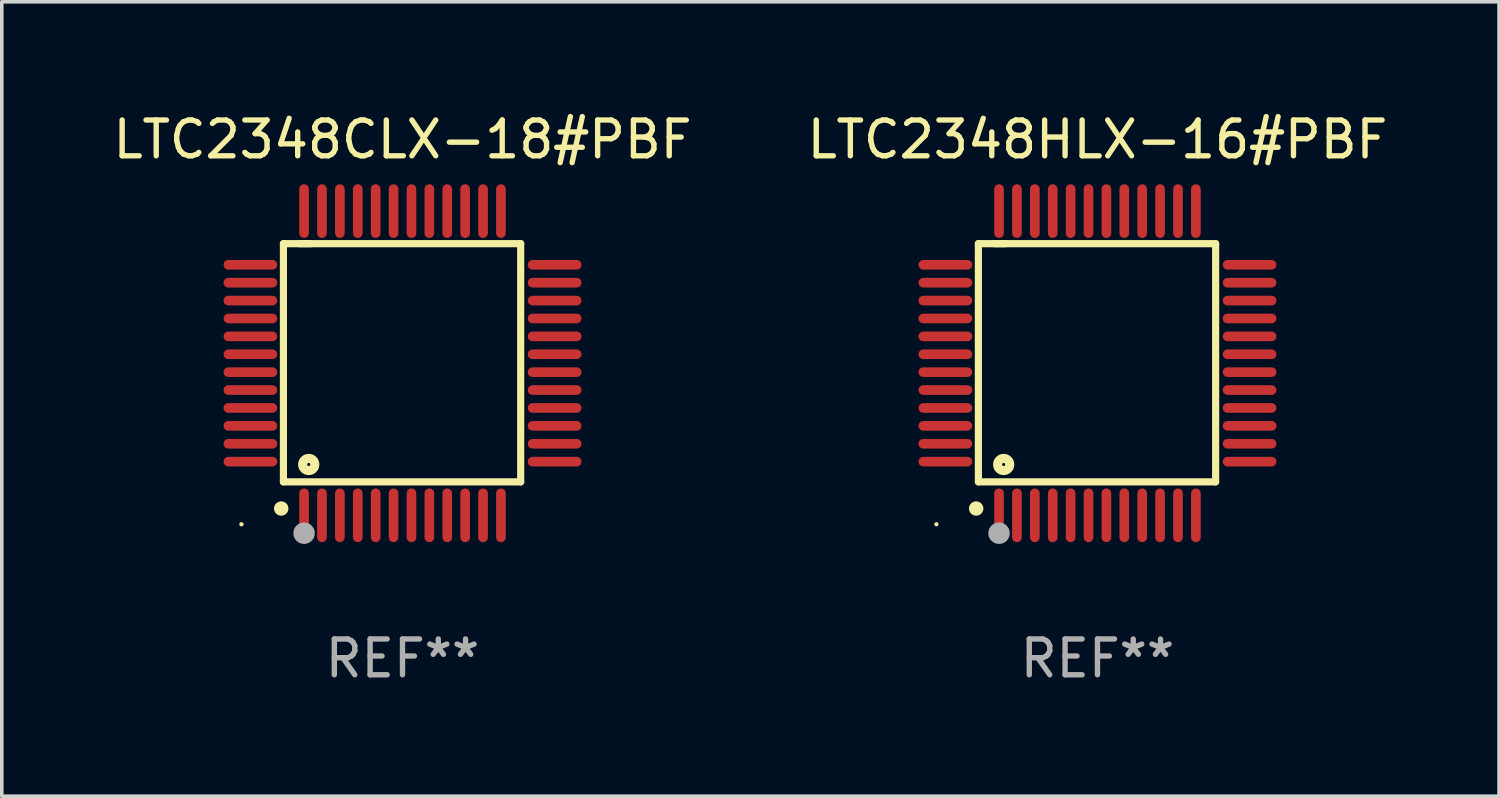
<source format=kicad_pcb>
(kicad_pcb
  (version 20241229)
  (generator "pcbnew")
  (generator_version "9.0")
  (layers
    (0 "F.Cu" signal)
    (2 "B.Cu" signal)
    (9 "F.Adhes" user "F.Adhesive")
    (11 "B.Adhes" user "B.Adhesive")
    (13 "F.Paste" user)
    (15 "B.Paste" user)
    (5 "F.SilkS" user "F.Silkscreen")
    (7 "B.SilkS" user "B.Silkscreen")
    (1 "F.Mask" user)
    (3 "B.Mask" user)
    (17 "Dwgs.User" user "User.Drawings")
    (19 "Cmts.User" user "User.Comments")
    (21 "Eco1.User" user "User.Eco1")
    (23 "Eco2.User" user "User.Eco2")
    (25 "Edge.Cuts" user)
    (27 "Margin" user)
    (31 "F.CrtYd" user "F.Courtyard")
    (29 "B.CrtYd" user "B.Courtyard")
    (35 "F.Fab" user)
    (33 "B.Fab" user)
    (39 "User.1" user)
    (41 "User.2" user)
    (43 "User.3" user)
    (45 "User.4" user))
  (footprint "LTC2348HLX-16#PBF"
    (layer "F.Cu")
    (at 27.613 7.098)
    (property "Reference" "LTC2348HLX-16#PBF" (at 0 -6.25 0) (layer "F.SilkS") (effects (font (size 1 1) (thickness 0.15))))
    (attr through_hole)
    (fp_line (start -3.327 -3.34) (end -2.565 -3.34) (stroke (width 0.2) (type solid)) (layer "F.SilkS"))
    (fp_line (start -3.327 3.315) (end -3.327 -3.34) (stroke (width 0.2) (type solid)) (layer "F.SilkS"))
    (fp_line (start -2.896 -3.34) (end 3.302 -3.34) (stroke (width 0.2) (type solid)) (layer "F.SilkS"))
    (fp_line (start 3.302 -3.34) (end 3.302 3.315) (stroke (width 0.2) (type solid)) (layer "F.SilkS"))
    (fp_line (start 3.302 3.315) (end -3.327 3.315) (stroke (width 0.2) (type solid)) (layer "F.SilkS"))
    (fp_arc (start -3.389992 4.059995) (mid -3.388722 4.059991) (end -3.387452 4.059995) (stroke (width 0.4) (type solid)) (layer "F.SilkS"))
    (fp_circle (center -4.5 4.5) (end -4.47 4.5) (stroke (width 0.06) (type solid)) (fill no) (layer "F.SilkS"))
    (fp_circle (center -2.62 2.83) (end -2.45 2.83) (stroke (width 0.254) (type solid)) (fill no) (layer "F.SilkS"))
    (fp_circle (center -2.75 4.75) (end -2.6 4.75) (stroke (width 0.3) (type solid)) (fill no) (layer "F.Fab"))
    (fp_text user "REF**" (at 0 8.25 0) (layer "F.Fab") (effects (font (size 1 1) (thickness 0.15))))
    (pad "1" smd oval (at -2.75 4.25) (size 0.27 1.5) (layers "F.Cu" "F.Mask" "F.Paste"))
    (pad "2" smd oval (at -2.25 4.25) (size 0.27 1.5) (layers "F.Cu" "F.Mask" "F.Paste"))
    (pad "3" smd oval (at -1.75 4.25) (size 0.27 1.5) (layers "F.Cu" "F.Mask" "F.Paste"))
    (pad "4" smd oval (at -1.25 4.25) (size 0.27 1.5) (layers "F.Cu" "F.Mask" "F.Paste"))
    (pad "5" smd oval (at -0.75 4.25) (size 0.27 1.5) (layers "F.Cu" "F.Mask" "F.Paste"))
    (pad "6" smd oval (at -0.25 4.25) (size 0.27 1.5) (layers "F.Cu" "F.Mask" "F.Paste"))
    (pad "7" smd oval (at 0.25 4.25) (size 0.27 1.5) (layers "F.Cu" "F.Mask" "F.Paste"))
    (pad "8" smd oval (at 0.75 4.25) (size 0.27 1.5) (layers "F.Cu" "F.Mask" "F.Paste"))
    (pad "9" smd oval (at 1.25 4.25) (size 0.27 1.5) (layers "F.Cu" "F.Mask" "F.Paste"))
    (pad "10" smd oval (at 1.75 4.25) (size 0.27 1.5) (layers "F.Cu" "F.Mask" "F.Paste"))
    (pad "11" smd oval (at 2.25 4.25) (size 0.27 1.5) (layers "F.Cu" "F.Mask" "F.Paste"))
    (pad "12" smd oval (at 2.75 4.25) (size 0.27 1.5) (layers "F.Cu" "F.Mask" "F.Paste"))
    (pad "13" smd oval (at 4.25 2.75) (size 1.5 0.27) (layers "F.Cu" "F.Mask" "F.Paste"))
    (pad "14" smd oval (at 4.25 2.25) (size 1.5 0.27) (layers "F.Cu" "F.Mask" "F.Paste"))
    (pad "15" smd oval (at 4.25 1.75) (size 1.5 0.27) (layers "F.Cu" "F.Mask" "F.Paste"))
    (pad "16" smd oval (at 4.25 1.25) (size 1.5 0.27) (layers "F.Cu" "F.Mask" "F.Paste"))
    (pad "17" smd oval (at 4.25 0.75) (size 1.5 0.27) (layers "F.Cu" "F.Mask" "F.Paste"))
    (pad "18" smd oval (at 4.25 0.25) (size 1.5 0.27) (layers "F.Cu" "F.Mask" "F.Paste"))
    (pad "19" smd oval (at 4.25 -0.25) (size 1.5 0.27) (layers "F.Cu" "F.Mask" "F.Paste"))
    (pad "20" smd oval (at 4.25 -0.75) (size 1.5 0.27) (layers "F.Cu" "F.Mask" "F.Paste"))
    (pad "21" smd oval (at 4.25 -1.25) (size 1.5 0.27) (layers "F.Cu" "F.Mask" "F.Paste"))
    (pad "22" smd oval (at 4.25 -1.75) (size 1.5 0.27) (layers "F.Cu" "F.Mask" "F.Paste"))
    (pad "23" smd oval (at 4.25 -2.25) (size 1.5 0.27) (layers "F.Cu" "F.Mask" "F.Paste"))
    (pad "24" smd oval (at 4.25 -2.75) (size 1.5 0.27) (layers "F.Cu" "F.Mask" "F.Paste"))
    (pad "25" smd oval (at 2.75 -4.25) (size 0.27 1.5) (layers "F.Cu" "F.Mask" "F.Paste"))
    (pad "26" smd oval (at 2.25 -4.25) (size 0.27 1.5) (layers "F.Cu" "F.Mask" "F.Paste"))
    (pad "27" smd oval (at 1.75 -4.25) (size 0.27 1.5) (layers "F.Cu" "F.Mask" "F.Paste"))
    (pad "28" smd oval (at 1.25 -4.25) (size 0.27 1.5) (layers "F.Cu" "F.Mask" "F.Paste"))
    (pad "29" smd oval (at 0.75 -4.25) (size 0.27 1.5) (layers "F.Cu" "F.Mask" "F.Paste"))
    (pad "30" smd oval (at 0.25 -4.25) (size 0.27 1.5) (layers "F.Cu" "F.Mask" "F.Paste"))
    (pad "31" smd oval (at -0.25 -4.25) (size 0.27 1.5) (layers "F.Cu" "F.Mask" "F.Paste"))
    (pad "32" smd oval (at -0.75 -4.25) (size 0.27 1.5) (layers "F.Cu" "F.Mask" "F.Paste"))
    (pad "33" smd oval (at -1.25 -4.25) (size 0.27 1.5) (layers "F.Cu" "F.Mask" "F.Paste"))
    (pad "34" smd oval (at -1.75 -4.25) (size 0.27 1.5) (layers "F.Cu" "F.Mask" "F.Paste"))
    (pad "35" smd oval (at -2.25 -4.25) (size 0.27 1.5) (layers "F.Cu" "F.Mask" "F.Paste"))
    (pad "36" smd oval (at -2.75 -4.25) (size 0.27 1.5) (layers "F.Cu" "F.Mask" "F.Paste"))
    (pad "37" smd oval (at -4.25 -2.75) (size 1.5 0.27) (layers "F.Cu" "F.Mask" "F.Paste"))
    (pad "38" smd oval (at -4.25 -2.25) (size 1.5 0.27) (layers "F.Cu" "F.Mask" "F.Paste"))
    (pad "39" smd oval (at -4.25 -1.75) (size 1.5 0.27) (layers "F.Cu" "F.Mask" "F.Paste"))
    (pad "40" smd oval (at -4.25 -1.25) (size 1.5 0.27) (layers "F.Cu" "F.Mask" "F.Paste"))
    (pad "41" smd oval (at -4.25 -0.75) (size 1.5 0.27) (layers "F.Cu" "F.Mask" "F.Paste"))
    (pad "42" smd oval (at -4.25 -0.25) (size 1.5 0.27) (layers "F.Cu" "F.Mask" "F.Paste"))
    (pad "43" smd oval (at -4.25 0.25) (size 1.5 0.27) (layers "F.Cu" "F.Mask" "F.Paste"))
    (pad "44" smd oval (at -4.25 0.75) (size 1.5 0.27) (layers "F.Cu" "F.Mask" "F.Paste"))
    (pad "45" smd oval (at -4.25 1.25) (size 1.5 0.27) (layers "F.Cu" "F.Mask" "F.Paste"))
    (pad "46" smd oval (at -4.25 1.75) (size 1.5 0.27) (layers "F.Cu" "F.Mask" "F.Paste"))
    (pad "47" smd oval (at -4.25 2.25) (size 1.5 0.27) (layers "F.Cu" "F.Mask" "F.Paste"))
    (pad "48" smd oval (at -4.25 2.75) (size 1.5 0.27) (layers "F.Cu" "F.Mask" "F.Paste")))
  (footprint "LTC2348CLX-18#PBF"
    (layer "F.Cu")
    (at 8.196 7.098)
    (property "Reference" "LTC2348CLX-18#PBF" (at 0 -6.25 0) (layer "F.SilkS") (effects (font (size 1 1) (thickness 0.15))))
    (attr through_hole)
    (fp_line (start -3.327 -3.34) (end -2.565 -3.34) (stroke (width 0.2) (type solid)) (layer "F.SilkS"))
    (fp_line (start -3.327 3.315) (end -3.327 -3.34) (stroke (width 0.2) (type solid)) (layer "F.SilkS"))
    (fp_line (start -2.896 -3.34) (end 3.302 -3.34) (stroke (width 0.2) (type solid)) (layer "F.SilkS"))
    (fp_line (start 3.302 -3.34) (end 3.302 3.315) (stroke (width 0.2) (type solid)) (layer "F.SilkS"))
    (fp_line (start 3.302 3.315) (end -3.327 3.315) (stroke (width 0.2) (type solid)) (layer "F.SilkS"))
    (fp_arc (start -3.389992 4.059995) (mid -3.388722 4.059991) (end -3.387452 4.059995) (stroke (width 0.4) (type solid)) (layer "F.SilkS"))
    (fp_circle (center -4.5 4.5) (end -4.47 4.5) (stroke (width 0.06) (type solid)) (fill no) (layer "F.SilkS"))
    (fp_circle (center -2.62 2.83) (end -2.45 2.83) (stroke (width 0.254) (type solid)) (fill no) (layer "F.SilkS"))
    (fp_circle (center -2.75 4.75) (end -2.6 4.75) (stroke (width 0.3) (type solid)) (fill no) (layer "F.Fab"))
    (fp_text user "REF**" (at 0 8.25 0) (layer "F.Fab") (effects (font (size 1 1) (thickness 0.15))))
    (pad "1" smd oval (at -2.75 4.25) (size 0.27 1.5) (layers "F.Cu" "F.Mask" "F.Paste"))
    (pad "2" smd oval (at -2.25 4.25) (size 0.27 1.5) (layers "F.Cu" "F.Mask" "F.Paste"))
    (pad "3" smd oval (at -1.75 4.25) (size 0.27 1.5) (layers "F.Cu" "F.Mask" "F.Paste"))
    (pad "4" smd oval (at -1.25 4.25) (size 0.27 1.5) (layers "F.Cu" "F.Mask" "F.Paste"))
    (pad "5" smd oval (at -0.75 4.25) (size 0.27 1.5) (layers "F.Cu" "F.Mask" "F.Paste"))
    (pad "6" smd oval (at -0.25 4.25) (size 0.27 1.5) (layers "F.Cu" "F.Mask" "F.Paste"))
    (pad "7" smd oval (at 0.25 4.25) (size 0.27 1.5) (layers "F.Cu" "F.Mask" "F.Paste"))
    (pad "8" smd oval (at 0.75 4.25) (size 0.27 1.5) (layers "F.Cu" "F.Mask" "F.Paste"))
    (pad "9" smd oval (at 1.25 4.25) (size 0.27 1.5) (layers "F.Cu" "F.Mask" "F.Paste"))
    (pad "10" smd oval (at 1.75 4.25) (size 0.27 1.5) (layers "F.Cu" "F.Mask" "F.Paste"))
    (pad "11" smd oval (at 2.25 4.25) (size 0.27 1.5) (layers "F.Cu" "F.Mask" "F.Paste"))
    (pad "12" smd oval (at 2.75 4.25) (size 0.27 1.5) (layers "F.Cu" "F.Mask" "F.Paste"))
    (pad "13" smd oval (at 4.25 2.75) (size 1.5 0.27) (layers "F.Cu" "F.Mask" "F.Paste"))
    (pad "14" smd oval (at 4.25 2.25) (size 1.5 0.27) (layers "F.Cu" "F.Mask" "F.Paste"))
    (pad "15" smd oval (at 4.25 1.75) (size 1.5 0.27) (layers "F.Cu" "F.Mask" "F.Paste"))
    (pad "16" smd oval (at 4.25 1.25) (size 1.5 0.27) (layers "F.Cu" "F.Mask" "F.Paste"))
    (pad "17" smd oval (at 4.25 0.75) (size 1.5 0.27) (layers "F.Cu" "F.Mask" "F.Paste"))
    (pad "18" smd oval (at 4.25 0.25) (size 1.5 0.27) (layers "F.Cu" "F.Mask" "F.Paste"))
    (pad "19" smd oval (at 4.25 -0.25) (size 1.5 0.27) (layers "F.Cu" "F.Mask" "F.Paste"))
    (pad "20" smd oval (at 4.25 -0.75) (size 1.5 0.27) (layers "F.Cu" "F.Mask" "F.Paste"))
    (pad "21" smd oval (at 4.25 -1.25) (size 1.5 0.27) (layers "F.Cu" "F.Mask" "F.Paste"))
    (pad "22" smd oval (at 4.25 -1.75) (size 1.5 0.27) (layers "F.Cu" "F.Mask" "F.Paste"))
    (pad "23" smd oval (at 4.25 -2.25) (size 1.5 0.27) (layers "F.Cu" "F.Mask" "F.Paste"))
    (pad "24" smd oval (at 4.25 -2.75) (size 1.5 0.27) (layers "F.Cu" "F.Mask" "F.Paste"))
    (pad "25" smd oval (at 2.75 -4.25) (size 0.27 1.5) (layers "F.Cu" "F.Mask" "F.Paste"))
    (pad "26" smd oval (at 2.25 -4.25) (size 0.27 1.5) (layers "F.Cu" "F.Mask" "F.Paste"))
    (pad "27" smd oval (at 1.75 -4.25) (size 0.27 1.5) (layers "F.Cu" "F.Mask" "F.Paste"))
    (pad "28" smd oval (at 1.25 -4.25) (size 0.27 1.5) (layers "F.Cu" "F.Mask" "F.Paste"))
    (pad "29" smd oval (at 0.75 -4.25) (size 0.27 1.5) (layers "F.Cu" "F.Mask" "F.Paste"))
    (pad "30" smd oval (at 0.25 -4.25) (size 0.27 1.5) (layers "F.Cu" "F.Mask" "F.Paste"))
    (pad "31" smd oval (at -0.25 -4.25) (size 0.27 1.5) (layers "F.Cu" "F.Mask" "F.Paste"))
    (pad "32" smd oval (at -0.75 -4.25) (size 0.27 1.5) (layers "F.Cu" "F.Mask" "F.Paste"))
    (pad "33" smd oval (at -1.25 -4.25) (size 0.27 1.5) (layers "F.Cu" "F.Mask" "F.Paste"))
    (pad "34" smd oval (at -1.75 -4.25) (size 0.27 1.5) (layers "F.Cu" "F.Mask" "F.Paste"))
    (pad "35" smd oval (at -2.25 -4.25) (size 0.27 1.5) (layers "F.Cu" "F.Mask" "F.Paste"))
    (pad "36" smd oval (at -2.75 -4.25) (size 0.27 1.5) (layers "F.Cu" "F.Mask" "F.Paste"))
    (pad "37" smd oval (at -4.25 -2.75) (size 1.5 0.27) (layers "F.Cu" "F.Mask" "F.Paste"))
    (pad "38" smd oval (at -4.25 -2.25) (size 1.5 0.27) (layers "F.Cu" "F.Mask" "F.Paste"))
    (pad "39" smd oval (at -4.25 -1.75) (size 1.5 0.27) (layers "F.Cu" "F.Mask" "F.Paste"))
    (pad "40" smd oval (at -4.25 -1.25) (size 1.5 0.27) (layers "F.Cu" "F.Mask" "F.Paste"))
    (pad "41" smd oval (at -4.25 -0.75) (size 1.5 0.27) (layers "F.Cu" "F.Mask" "F.Paste"))
    (pad "42" smd oval (at -4.25 -0.25) (size 1.5 0.27) (layers "F.Cu" "F.Mask" "F.Paste"))
    (pad "43" smd oval (at -4.25 0.25) (size 1.5 0.27) (layers "F.Cu" "F.Mask" "F.Paste"))
    (pad "44" smd oval (at -4.25 0.75) (size 1.5 0.27) (layers "F.Cu" "F.Mask" "F.Paste"))
    (pad "45" smd oval (at -4.25 1.25) (size 1.5 0.27) (layers "F.Cu" "F.Mask" "F.Paste"))
    (pad "46" smd oval (at -4.25 1.75) (size 1.5 0.27) (layers "F.Cu" "F.Mask" "F.Paste"))
    (pad "47" smd oval (at -4.25 2.25) (size 1.5 0.27) (layers "F.Cu" "F.Mask" "F.Paste"))
    (pad "48" smd oval (at -4.25 2.75) (size 1.5 0.27) (layers "F.Cu" "F.Mask" "F.Paste")))
  (gr_rect
    (start -3 -3)
    (end 38.833 19.196)
    (stroke (width 0.1) (type default))
    (fill no)
    (layer "Edge.Cuts")))
</source>
